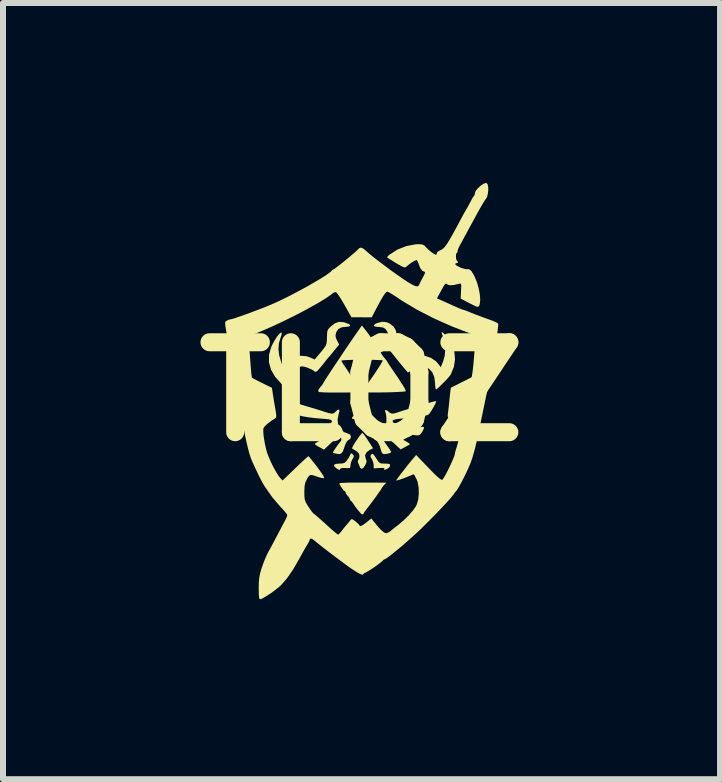
<source format=kicad_pcb>
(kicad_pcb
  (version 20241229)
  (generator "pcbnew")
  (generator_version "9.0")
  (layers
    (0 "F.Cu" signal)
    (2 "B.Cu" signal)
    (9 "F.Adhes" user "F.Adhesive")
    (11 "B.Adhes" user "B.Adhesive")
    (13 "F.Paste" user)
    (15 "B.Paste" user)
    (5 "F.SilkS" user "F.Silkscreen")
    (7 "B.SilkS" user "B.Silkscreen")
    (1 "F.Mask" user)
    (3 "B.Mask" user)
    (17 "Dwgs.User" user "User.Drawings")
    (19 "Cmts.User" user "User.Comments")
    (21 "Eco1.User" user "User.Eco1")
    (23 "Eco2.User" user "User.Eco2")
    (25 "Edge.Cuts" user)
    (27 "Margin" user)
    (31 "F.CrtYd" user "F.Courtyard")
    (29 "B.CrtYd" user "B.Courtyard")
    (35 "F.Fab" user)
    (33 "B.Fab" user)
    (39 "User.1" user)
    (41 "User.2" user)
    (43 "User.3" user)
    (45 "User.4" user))
  (footprint "TLOZ"
    (layer "F.Cu")
    (at 2.979 3.479)
    (property "Reference" "TLOZ" (at 0 0 0) (layer "F.SilkS") (effects (font (size 1.5 1.5) (thickness 0.3))))
    (attr board_only exclude_from_pos_files exclude_from_bom)
    (fp_poly (pts (xy 0.098 0.348) (xy 0.155 0.399) (xy 0.185 0.432) (xy 0.19 0.451) (xy 0.172 0.459) (xy 0.155 0.46) (xy 0.112 0.471) (xy 0.071 0.495) (xy 0.028 0.523) (xy -0.004 0.525) (xy -0.042 0.501) (xy -0.051 0.494) (xy -0.09 0.469) (xy -0.123 0.46) (xy -0.158 0.453) (xy -0.161 0.434) (xy -0.131 0.403) (xy -0.124 0.398) (xy -0.076 0.357) (xy -0.035 0.312) (xy -0.034 0.312) (xy 0.002 0.265)) (stroke (width 0) (type solid)) (fill yes) (layer "F.SilkS"))
    (fp_poly (pts (xy 0.197 1.047) (xy 0.222 1.079) (xy 0.244 1.113) (xy 0.276 1.162) (xy 0.301 1.189) (xy 0.332 1.2) (xy 0.379 1.202) (xy 0.388 1.202) (xy 0.442 1.204) (xy 0.469 1.212) (xy 0.477 1.229) (xy 0.477 1.234) (xy 0.463 1.265) (xy 0.432 1.287) (xy 0.39 1.305) (xy 0.375 1.305) (xy 0.381 1.289) (xy 0.376 1.277) (xy 0.34 1.274) (xy 0.298 1.275) (xy 0.203 1.281) (xy 0.203 1.227) (xy 0.192 1.172) (xy 0.17 1.123) (xy 0.15 1.087) (xy 0.151 1.064) (xy 0.163 1.049) (xy 0.18 1.039)) (stroke (width 0) (type solid)) (fill yes) (layer "F.SilkS"))
    (fp_poly (pts (xy -0.159 1.036) (xy -0.147 1.048) (xy -0.129 1.07) (xy -0.131 1.093) (xy -0.151 1.126) (xy -0.175 1.178) (xy -0.185 1.228) (xy -0.187 1.26) (xy -0.199 1.275) (xy -0.23 1.278) (xy -0.27 1.275) (xy -0.325 1.275) (xy -0.352 1.284) (xy -0.354 1.289) (xy -0.363 1.307) (xy -0.393 1.298) (xy -0.42 1.28) (xy -0.456 1.247) (xy -0.458 1.222) (xy -0.427 1.207) (xy -0.372 1.202) (xy -0.316 1.199) (xy -0.281 1.187) (xy -0.252 1.158) (xy -0.242 1.145) (xy -0.211 1.099) (xy -0.19 1.059) (xy -0.188 1.053) (xy -0.176 1.03)) (stroke (width 0) (type solid)) (fill yes) (layer "F.SilkS"))
    (fp_poly (pts (xy 0.029 0.704) (xy 0.057 0.741) (xy 0.094 0.794) (xy 0.109 0.818) (xy 0.192 0.946) (xy 0.132 0.976) (xy 0.079 1.018) (xy 0.058 1.068) (xy 0.071 1.124) (xy 0.072 1.124) (xy 0.084 1.158) (xy 0.078 1.191) (xy 0.061 1.228) (xy 0.029 1.274) (xy -0.001 1.289) (xy -0.023 1.273) (xy -0.028 1.259) (xy -0.045 1.217) (xy -0.056 1.195) (xy -0.064 1.159) (xy -0.054 1.143) (xy -0.04 1.113) (xy -0.035 1.074) (xy -0.044 1.034) (xy -0.076 1.001) (xy -0.097 0.987) (xy -0.136 0.964) (xy -0.157 0.948) (xy -0.159 0.946) (xy -0.15 0.922) (xy -0.126 0.879) (xy -0.093 0.827) (xy -0.056 0.774) (xy -0.022 0.728) (xy 0.004 0.697) (xy 0.014 0.69)) (stroke (width 0) (type solid)) (fill yes) (layer "F.SilkS"))
    (fp_poly (pts (xy 0.149 1.518) (xy 0.413 1.52) (xy 0.374 1.561) (xy 0.348 1.593) (xy 0.336 1.613) (xy 0.336 1.613) (xy 0.326 1.631) (xy 0.299 1.67) (xy 0.261 1.724) (xy 0.216 1.786) (xy 0.169 1.85) (xy 0.124 1.909) (xy 0.087 1.956) (xy 0.071 1.977) (xy 0.046 2.011) (xy 0.035 2.034) (xy 0.024 2.049) (xy -0.001 2.043) (xy -0.017 2.028) (xy -0.07 1.965) (xy -0.106 1.918) (xy -0.132 1.879) (xy -0.138 1.869) (xy -0.162 1.836) (xy -0.18 1.821) (xy -0.181 1.821) (xy -0.193 1.806) (xy -0.194 1.797) (xy -0.207 1.768) (xy -0.23 1.741) (xy -0.256 1.709) (xy -0.265 1.685) (xy -0.275 1.664) (xy -0.281 1.662) (xy -0.298 1.649) (xy -0.323 1.617) (xy -0.348 1.579) (xy -0.366 1.546) (xy -0.369 1.53) (xy -0.347 1.525) (xy -0.293 1.522) (xy -0.21 1.519) (xy -0.101 1.518) (xy 0.029 1.518)) (stroke (width 0) (type solid)) (fill yes) (layer "F.SilkS"))
    (fp_poly (pts (xy 0.42 -1.156) (xy 0.472 -1.132) (xy 0.537 -1.08) (xy 0.573 -1.017) (xy 0.586 -0.933) (xy 0.586 -0.91) (xy 0.592 -0.825) (xy 0.621 -0.753) (xy 0.676 -0.681) (xy 0.677 -0.68) (xy 0.71 -0.643) (xy 0.749 -0.597) (xy 0.757 -0.587) (xy 0.804 -0.53) (xy 0.875 -0.566) (xy 0.965 -0.595) (xy 1.062 -0.593) (xy 1.155 -0.563) (xy 1.238 -0.507) (xy 1.285 -0.455) (xy 1.321 -0.405) (xy 1.358 -0.497) (xy 1.386 -0.592) (xy 1.396 -0.699) (xy 1.391 -0.804) (xy 1.368 -0.895) (xy 1.362 -0.91) (xy 1.343 -0.955) (xy 1.336 -0.984) (xy 1.337 -0.989) (xy 1.354 -0.984) (xy 1.384 -0.956) (xy 1.422 -0.911) (xy 1.461 -0.856) (xy 1.497 -0.797) (xy 1.503 -0.785) (xy 1.547 -0.666) (xy 1.559 -0.539) (xy 1.54 -0.412) (xy 1.491 -0.292) (xy 1.48 -0.274) (xy 1.457 -0.244) (xy 1.418 -0.2) (xy 1.371 -0.152) (xy 1.323 -0.104) (xy 1.281 -0.064) (xy 1.251 -0.04) (xy 1.242 -0.035) (xy 1.234 -0.051) (xy 1.228 -0.092) (xy 1.227 -0.13) (xy 1.214 -0.237) (xy 1.179 -0.322) (xy 1.124 -0.381) (xy 1.054 -0.414) (xy 0.973 -0.417) (xy 0.884 -0.387) (xy 0.839 -0.361) (xy 0.774 -0.316) (xy 0.709 -0.391) (xy 0.671 -0.437) (xy 0.619 -0.5) (xy 0.561 -0.573) (xy 0.519 -0.625) (xy 0.394 -0.784) (xy 0.427 -0.859) (xy 0.446 -0.908) (xy 0.451 -0.941) (xy 0.44 -0.975) (xy 0.431 -0.996) (xy 0.4 -1.042) (xy 0.358 -1.068) (xy 0.295 -1.077) (xy 0.271 -1.078) (xy 0.221 -1.084) (xy 0.204 -1.101) (xy 0.221 -1.123) (xy 0.254 -1.14) (xy 0.342 -1.164)) (stroke (width 0) (type solid)) (fill yes) (layer "F.SilkS"))
    (fp_poly (pts (xy -0.305 -1.157) (xy -0.274 -1.149) (xy -0.218 -1.128) (xy -0.19 -1.108) (xy -0.192 -1.092) (xy -0.225 -1.082) (xy -0.245 -1.081) (xy -0.328 -1.072) (xy -0.385 -1.044) (xy -0.419 -0.996) (xy -0.423 -0.983) (xy -0.434 -0.937) (xy -0.429 -0.897) (xy -0.409 -0.852) (xy -0.373 -0.783) (xy -0.445 -0.697) (xy -0.489 -0.642) (xy -0.531 -0.592) (xy -0.554 -0.566) (xy -0.591 -0.522) (xy -0.619 -0.484) (xy -0.647 -0.449) (xy -0.686 -0.402) (xy -0.704 -0.381) (xy -0.739 -0.342) (xy -0.762 -0.328) (xy -0.781 -0.332) (xy -0.793 -0.343) (xy -0.829 -0.366) (xy -0.882 -0.39) (xy -0.908 -0.4) (xy -0.962 -0.416) (xy -1.001 -0.419) (xy -1.044 -0.408) (xy -1.071 -0.398) (xy -1.133 -0.363) (xy -1.173 -0.31) (xy -1.196 -0.235) (xy -1.202 -0.139) (xy -1.205 -0.084) (xy -1.211 -0.046) (xy -1.219 -0.035) (xy -1.239 -0.047) (xy -1.277 -0.077) (xy -1.326 -0.119) (xy -1.338 -0.131) (xy -1.441 -0.245) (xy -1.51 -0.364) (xy -1.544 -0.487) (xy -1.543 -0.613) (xy -1.507 -0.741) (xy -1.49 -0.778) (xy -1.453 -0.847) (xy -1.416 -0.906) (xy -1.382 -0.95) (xy -1.354 -0.977) (xy -1.336 -0.984) (xy -1.33 -0.969) (xy -1.34 -0.928) (xy -1.348 -0.907) (xy -1.378 -0.805) (xy -1.386 -0.705) (xy -1.372 -0.597) (xy -1.334 -0.472) (xy -1.326 -0.452) (xy -1.306 -0.4) (xy -1.274 -0.449) (xy -1.204 -0.525) (xy -1.116 -0.575) (xy -1.017 -0.597) (xy -0.915 -0.588) (xy -0.862 -0.57) (xy -0.782 -0.534) (xy -0.714 -0.615) (xy -0.657 -0.683) (xy -0.619 -0.732) (xy -0.596 -0.769) (xy -0.584 -0.804) (xy -0.579 -0.844) (xy -0.577 -0.897) (xy -0.577 -0.903) (xy -0.575 -0.97) (xy -0.568 -1.013) (xy -0.552 -1.044) (xy -0.524 -1.074) (xy -0.509 -1.088) (xy -0.442 -1.139) (xy -0.377 -1.161)) (stroke (width 0) (type solid)) (fill yes) (layer "F.SilkS"))
    (fp_poly (pts (xy -1.193 0.164) (xy -1.149 0.174) (xy -1.092 0.191) (xy -1.016 0.216) (xy -0.926 0.243) (xy -0.848 0.266) (xy -0.767 0.29) (xy -0.683 0.316) (xy -0.617 0.338) (xy -0.546 0.36) (xy -0.5 0.369) (xy -0.468 0.364) (xy -0.443 0.346) (xy -0.433 0.336) (xy -0.396 0.303) (xy -0.374 0.301) (xy -0.369 0.328) (xy -0.382 0.376) (xy -0.4 0.468) (xy -0.39 0.553) (xy -0.354 0.624) (xy -0.294 0.675) (xy -0.234 0.698) (xy -0.191 0.719) (xy -0.176 0.753) (xy -0.189 0.789) (xy -0.23 0.817) (xy -0.248 0.838) (xy -0.271 0.883) (xy -0.289 0.935) (xy -0.312 0.999) (xy -0.338 1.033) (xy -0.375 1.044) (xy -0.431 1.034) (xy -0.446 1.031) (xy -0.472 1.021) (xy -0.477 1.016) (xy -0.468 0.996) (xy -0.444 0.959) (xy -0.413 0.914) (xy -0.382 0.871) (xy -0.358 0.841) (xy -0.35 0.834) (xy -0.338 0.813) (xy -0.336 0.794) (xy -0.346 0.765) (xy -0.376 0.762) (xy -0.424 0.787) (xy -0.487 0.837) (xy -0.517 0.865) (xy -0.626 0.969) (xy -0.703 0.928) (xy -0.747 0.902) (xy -0.775 0.881) (xy -0.78 0.874) (xy -0.766 0.86) (xy -0.726 0.835) (xy -0.669 0.803) (xy -0.625 0.779) (xy -0.554 0.74) (xy -0.501 0.705) (xy -0.472 0.68) (xy -0.468 0.672) (xy -0.478 0.654) (xy -0.507 0.648) (xy -0.561 0.654) (xy -0.642 0.674) (xy -0.698 0.689) (xy -0.793 0.716) (xy -0.861 0.732) (xy -0.907 0.737) (xy -0.939 0.732) (xy -0.962 0.715) (xy -0.983 0.688) (xy -0.985 0.685) (xy -1.017 0.629) (xy -1.023 0.595) (xy -1.004 0.583) (xy -0.971 0.582) (xy -0.912 0.577) (xy -0.837 0.57) (xy -0.755 0.562) (xy -0.674 0.554) (xy -0.604 0.547) (xy -0.553 0.541) (xy -0.535 0.538) (xy -0.502 0.518) (xy -0.495 0.497) (xy -0.499 0.481) (xy -0.517 0.47) (xy -0.554 0.462) (xy -0.618 0.456) (xy -0.646 0.454) (xy -0.776 0.443) (xy -0.891 0.429) (xy -0.986 0.412) (xy -1.057 0.395) (xy -1.098 0.377) (xy -1.103 0.373) (xy -1.128 0.338) (xy -1.157 0.291) (xy -1.185 0.24) (xy -1.205 0.196) (xy -1.214 0.168) (xy -1.213 0.164)) (stroke (width 0) (type solid)) (fill yes) (layer "F.SilkS"))
    (fp_poly (pts (xy 0.06 -1.033) (xy 0.096 -0.987) (xy 0.125 -0.947) (xy 0.133 -0.935) (xy 0.15 -0.908) (xy 0.182 -0.859) (xy 0.222 -0.799) (xy 0.238 -0.775) (xy 0.28 -0.714) (xy 0.313 -0.661) (xy 0.335 -0.626) (xy 0.338 -0.619) (xy 0.359 -0.587) (xy 0.387 -0.553) (xy 0.413 -0.523) (xy 0.424 -0.505) (xy 0.424 -0.505) (xy 0.434 -0.488) (xy 0.459 -0.448) (xy 0.496 -0.394) (xy 0.517 -0.363) (xy 0.56 -0.3) (xy 0.597 -0.246) (xy 0.622 -0.208) (xy 0.628 -0.199) (xy 0.648 -0.166) (xy 0.679 -0.119) (xy 0.697 -0.092) (xy 0.723 -0.047) (xy 0.736 -0.014) (xy 0.735 -0.004) (xy 0.714 0.000201) (xy 0.663 0.004) (xy 0.589 0.008) (xy 0.495 0.012) (xy 0.39 0.014) (xy 0.379 0.014) (xy 0.259 0.016) (xy 0.17 0.016) (xy 0.108 0.015) (xy 0.068 0.012) (xy 0.046 0.006) (xy 0.036 -0.002) (xy 0.035 -0.007) (xy 0.045 -0.032) (xy 0.071 -0.079) (xy 0.109 -0.139) (xy 0.137 -0.181) (xy 0.206 -0.28) (xy 0.264 -0.367) (xy 0.31 -0.438) (xy 0.34 -0.49) (xy 0.353 -0.517) (xy 0.354 -0.519) (xy 0.337 -0.522) (xy 0.29 -0.525) (xy 0.219 -0.528) (xy 0.128 -0.53) (xy 0.023 -0.53) (xy 0.009 -0.53) (xy -0.097 -0.53) (xy -0.19 -0.527) (xy -0.264 -0.524) (xy -0.315 -0.52) (xy -0.336 -0.516) (xy -0.336 -0.515) (xy -0.326 -0.491) (xy -0.305 -0.457) (xy -0.276 -0.416) (xy -0.256 -0.386) (xy -0.24 -0.36) (xy -0.208 -0.313) (xy -0.165 -0.25) (xy -0.12 -0.184) (xy -0.075 -0.116) (xy -0.039 -0.058) (xy -0.016 -0.016) (xy -0.011 0.003) (xy -0.03 0.007) (xy -0.079 0.011) (xy -0.149 0.014) (xy -0.235 0.016) (xy -0.33 0.017) (xy -0.426 0.017) (xy -0.519 0.017) (xy -0.6 0.015) (xy -0.664 0.012) (xy -0.704 0.009) (xy -0.713 0.006) (xy -0.723 -0.012) (xy -0.715 -0.036) (xy -0.686 -0.075) (xy -0.681 -0.081) (xy -0.652 -0.117) (xy -0.637 -0.141) (xy -0.636 -0.144) (xy -0.627 -0.161) (xy -0.601 -0.203) (xy -0.56 -0.265) (xy -0.509 -0.344) (xy -0.449 -0.434) (xy -0.384 -0.531) (xy -0.317 -0.632) (xy -0.251 -0.73) (xy -0.188 -0.823) (xy -0.131 -0.906) (xy -0.084 -0.974) (xy -0.074 -0.988) (xy 0.006 -1.101)) (stroke (width 0) (type solid)) (fill yes) (layer "F.SilkS"))
    (fp_poly (pts (xy 1.245 0.166) (xy 1.238 0.188) (xy 1.216 0.231) (xy 1.201 0.258) (xy 1.168 0.315) (xy 1.138 0.36) (xy 1.119 0.383) (xy 1.087 0.396) (xy 1.026 0.41) (xy 0.944 0.424) (xy 0.848 0.436) (xy 0.744 0.446) (xy 0.682 0.45) (xy 0.594 0.458) (xy 0.539 0.471) (xy 0.516 0.489) (xy 0.525 0.513) (xy 0.531 0.519) (xy 0.561 0.532) (xy 0.624 0.545) (xy 0.716 0.557) (xy 0.795 0.564) (xy 0.883 0.573) (xy 0.958 0.581) (xy 1.012 0.588) (xy 1.04 0.593) (xy 1.042 0.594) (xy 1.04 0.614) (xy 1.023 0.651) (xy 1.013 0.669) (xy 0.984 0.711) (xy 0.955 0.729) (xy 0.916 0.731) (xy 0.864 0.724) (xy 0.798 0.71) (xy 0.769 0.702) (xy 0.696 0.68) (xy 0.616 0.657) (xy 0.588 0.648) (xy 0.535 0.633) (xy 0.507 0.629) (xy 0.497 0.637) (xy 0.495 0.659) (xy 0.495 0.659) (xy 0.502 0.681) (xy 0.525 0.705) (xy 0.569 0.736) (xy 0.64 0.776) (xy 0.655 0.784) (xy 0.721 0.82) (xy 0.772 0.85) (xy 0.802 0.871) (xy 0.807 0.878) (xy 0.788 0.891) (xy 0.748 0.913) (xy 0.725 0.926) (xy 0.651 0.965) (xy 0.542 0.863) (xy 0.465 0.799) (xy 0.406 0.765) (xy 0.363 0.762) (xy 0.349 0.771) (xy 0.353 0.789) (xy 0.375 0.828) (xy 0.409 0.879) (xy 0.417 0.889) (xy 0.454 0.942) (xy 0.482 0.985) (xy 0.495 1.008) (xy 0.495 1.009) (xy 0.479 1.023) (xy 0.441 1.035) (xy 0.393 1.042) (xy 0.377 1.043) (xy 0.347 1.033) (xy 0.329 0.998) (xy 0.326 0.985) (xy 0.308 0.922) (xy 0.283 0.866) (xy 0.258 0.827) (xy 0.237 0.813) (xy 0.213 0.798) (xy 0.197 0.759) (xy 0.194 0.733) (xy 0.21 0.713) (xy 0.249 0.699) (xy 0.255 0.697) (xy 0.308 0.677) (xy 0.358 0.641) (xy 0.363 0.635) (xy 0.395 0.594) (xy 0.41 0.547) (xy 0.415 0.491) (xy 0.414 0.429) (xy 0.407 0.377) (xy 0.401 0.358) (xy 0.391 0.319) (xy 0.403 0.306) (xy 0.433 0.32) (xy 0.448 0.333) (xy 0.477 0.357) (xy 0.505 0.368) (xy 0.541 0.366) (xy 0.596 0.35) (xy 0.635 0.337) (xy 0.691 0.319) (xy 0.768 0.295) (xy 0.858 0.267) (xy 0.953 0.239) (xy 1.044 0.212) (xy 1.125 0.188) (xy 1.186 0.171) (xy 1.217 0.163) (xy 1.238 0.16)) (stroke (width 0) (type solid)) (fill yes) (layer "F.SilkS"))
    (fp_poly (pts (xy 2.081 -3.478) (xy 2.101 -3.458) (xy 2.112 -3.414) (xy 2.113 -3.357) (xy 2.106 -3.297) (xy 2.092 -3.243) (xy 2.073 -3.212) (xy 2.052 -3.183) (xy 2.019 -3.129) (xy 1.977 -3.057) (xy 1.931 -2.975) (xy 1.914 -2.943) (xy 1.864 -2.851) (xy 1.814 -2.76) (xy 1.77 -2.679) (xy 1.737 -2.617) (xy 1.731 -2.607) (xy 1.694 -2.538) (xy 1.656 -2.468) (xy 1.632 -2.425) (xy 1.61 -2.377) (xy 1.6 -2.342) (xy 1.6 -2.332) (xy 1.598 -2.317) (xy 1.592 -2.316) (xy 1.579 -2.301) (xy 1.574 -2.265) (xy 1.575 -2.224) (xy 1.584 -2.192) (xy 1.591 -2.183) (xy 1.607 -2.163) (xy 1.603 -2.145) (xy 1.589 -2.143) (xy 1.565 -2.134) (xy 1.561 -2.128) (xy 1.572 -2.11) (xy 1.606 -2.088) (xy 1.653 -2.066) (xy 1.704 -2.049) (xy 1.747 -2.04) (xy 1.764 -2.041) (xy 1.797 -2.038) (xy 1.829 -2.012) (xy 1.864 -1.958) (xy 1.889 -1.909) (xy 1.927 -1.814) (xy 1.955 -1.713) (xy 1.973 -1.613) (xy 1.979 -1.525) (xy 1.971 -1.456) (xy 1.962 -1.431) (xy 1.951 -1.417) (xy 1.936 -1.412) (xy 1.91 -1.419) (xy 1.865 -1.44) (xy 1.798 -1.474) (xy 1.653 -1.55) (xy 1.659 -1.679) (xy 1.662 -1.745) (xy 1.661 -1.783) (xy 1.654 -1.799) (xy 1.639 -1.8) (xy 1.624 -1.796) (xy 1.533 -1.775) (xy 1.466 -1.772) (xy 1.427 -1.787) (xy 1.423 -1.791) (xy 1.411 -1.801) (xy 1.396 -1.794) (xy 1.374 -1.766) (xy 1.343 -1.711) (xy 1.329 -1.686) (xy 1.257 -1.553) (xy 1.34 -1.517) (xy 1.398 -1.491) (xy 1.473 -1.457) (xy 1.548 -1.423) (xy 1.554 -1.421) (xy 1.616 -1.393) (xy 1.667 -1.372) (xy 1.698 -1.362) (xy 1.701 -1.361) (xy 1.728 -1.354) (xy 1.769 -1.338) (xy 1.774 -1.336) (xy 1.823 -1.315) (xy 1.902 -1.284) (xy 2.012 -1.243) (xy 2.153 -1.192) (xy 2.196 -1.176) (xy 2.244 -1.155) (xy 2.275 -1.135) (xy 2.28 -1.125) (xy 2.277 -1.087) (xy 2.27 -1.021) (xy 2.259 -0.938) (xy 2.247 -0.845) (xy 2.233 -0.751) (xy 2.219 -0.664) (xy 2.207 -0.594) (xy 2.202 -0.565) (xy 2.185 -0.479) (xy 2.169 -0.387) (xy 2.157 -0.318) (xy 2.145 -0.251) (xy 2.129 -0.163) (xy 2.109 -0.068) (xy 2.096 -0.009) (xy 2.08 0.065) (xy 2.066 0.13) (xy 2.053 0.193) (xy 2.039 0.26) (xy 2.023 0.339) (xy 2.003 0.435) (xy 1.978 0.557) (xy 1.968 0.61) (xy 1.926 0.807) (xy 1.886 0.972) (xy 1.848 1.105) (xy 1.817 1.193) (xy 1.783 1.272) (xy 1.744 1.358) (xy 1.701 1.445) (xy 1.659 1.525) (xy 1.622 1.593) (xy 1.592 1.641) (xy 1.575 1.662) (xy 1.558 1.682) (xy 1.535 1.715) (xy 1.508 1.75) (xy 1.46 1.805) (xy 1.395 1.877) (xy 1.316 1.961) (xy 1.228 2.053) (xy 1.134 2.148) (xy 1.039 2.243) (xy 0.99 2.291) (xy 0.921 2.356) (xy 0.843 2.427) (xy 0.759 2.501) (xy 0.674 2.575) (xy 0.592 2.643) (xy 0.519 2.703) (xy 0.458 2.75) (xy 0.414 2.782) (xy 0.392 2.793) (xy 0.37 2.805) (xy 0.348 2.825) (xy 0.318 2.851) (xy 0.271 2.887) (xy 0.214 2.928) (xy 0.156 2.967) (xy 0.105 2.999) (xy 0.068 3.019) (xy 0.057 3.023) (xy 0.035 3.037) (xy 0.031 3.045) (xy 0.017 3.055) (xy -0.015 3.046) (xy -0.068 3.019) (xy -0.144 2.97) (xy -0.168 2.954) (xy -0.222 2.916) (xy -0.295 2.863) (xy -0.379 2.801) (xy -0.469 2.733) (xy -0.559 2.665) (xy -0.641 2.601) (xy -0.711 2.546) (xy -0.761 2.506) (xy -0.775 2.493) (xy -0.822 2.459) (xy -0.853 2.451) (xy -0.866 2.471) (xy -0.866 2.476) (xy -0.875 2.5) (xy -0.897 2.541) (xy -0.909 2.559) (xy -0.935 2.603) (xy -0.972 2.668) (xy -1.014 2.744) (xy -1.04 2.792) (xy -1.142 2.968) (xy -1.245 3.117) (xy -1.34 3.226) (xy -1.385 3.266) (xy -1.444 3.313) (xy -1.509 3.36) (xy -1.575 3.404) (xy -1.633 3.439) (xy -1.675 3.461) (xy -1.689 3.464) (xy -1.701 3.458) (xy -1.708 3.434) (xy -1.713 3.388) (xy -1.714 3.314) (xy -1.715 3.278) (xy -1.713 3.182) (xy -1.706 3.107) (xy -1.693 3.037) (xy -1.671 2.959) (xy -1.663 2.935) (xy -1.633 2.851) (xy -1.599 2.768) (xy -1.567 2.699) (xy -1.559 2.683) (xy -1.522 2.616) (xy -1.47 2.519) (xy -1.404 2.394) (xy -1.324 2.242) (xy -1.269 2.139) (xy -1.249 2.096) (xy -1.238 2.064) (xy -1.238 2.06) (xy -1.249 2.04) (xy -1.28 2.001) (xy -1.325 1.951) (xy -1.348 1.927) (xy -1.487 1.765) (xy -1.621 1.574) (xy -1.63 1.559) (xy -1.654 1.517) (xy -1.689 1.45) (xy -1.73 1.367) (xy -1.774 1.274) (xy -1.817 1.18) (xy -1.822 1.17) (xy -1.846 1.11) (xy -1.871 1.034) (xy -1.896 0.939) (xy -1.923 0.823) (xy -1.953 0.683) (xy -1.985 0.516) (xy -2.021 0.319) (xy -2.049 0.159) (xy -2.064 0.076) (xy -2.078 -0.006) (xy -2.093 -0.09) (xy -2.11 -0.184) (xy -2.129 -0.292) (xy -2.152 -0.42) (xy -2.18 -0.574) (xy -2.199 -0.681) (xy -2.224 -0.821) (xy -2.236 -0.889) (xy -1.889 -0.889) (xy -1.884 -0.848) (xy -1.879 -0.805) (xy -1.873 -0.736) (xy -1.865 -0.647) (xy -1.858 -0.549) (xy -1.855 -0.509) (xy -1.848 -0.415) (xy -1.841 -0.334) (xy -1.835 -0.273) (xy -1.829 -0.237) (xy -1.827 -0.231) (xy -1.808 -0.219) (xy -1.765 -0.196) (xy -1.704 -0.165) (xy -1.656 -0.141) (xy -1.494 -0.062) (xy -1.48 0.035) (xy -1.47 0.101) (xy -1.456 0.185) (xy -1.441 0.27) (xy -1.439 0.281) (xy -1.427 0.356) (xy -1.422 0.404) (xy -1.425 0.431) (xy -1.435 0.444) (xy -1.506 0.489) (xy -1.567 0.536) (xy -1.613 0.579) (xy -1.635 0.61) (xy -1.636 0.612) (xy -1.639 0.656) (xy -1.635 0.724) (xy -1.623 0.807) (xy -1.607 0.896) (xy -1.586 0.982) (xy -1.575 1.021) (xy -1.546 1.096) (xy -1.508 1.183) (xy -1.464 1.271) (xy -1.419 1.351) (xy -1.379 1.414) (xy -1.354 1.444) (xy -1.317 1.483) (xy -1.107 1.281) (xy -1.036 1.213) (xy -0.974 1.155) (xy -0.926 1.111) (xy -0.895 1.084) (xy -0.886 1.079) (xy -0.872 1.092) (xy -0.841 1.129) (xy -0.798 1.183) (xy -0.746 1.249) (xy -0.738 1.26) (xy -0.68 1.34) (xy -0.641 1.399) (xy -0.624 1.435) (xy -0.626 1.446) (xy -0.654 1.443) (xy -0.704 1.431) (xy -0.753 1.415) (xy -0.812 1.395) (xy -0.85 1.391) (xy -0.876 1.405) (xy -0.901 1.443) (xy -0.917 1.472) (xy -0.939 1.52) (xy -0.95 1.577) (xy -0.954 1.654) (xy -0.954 1.677) (xy -0.953 1.749) (xy -0.947 1.8) (xy -0.932 1.844) (xy -0.904 1.893) (xy -0.885 1.922) (xy -0.849 1.975) (xy -0.819 2.016) (xy -0.8 2.035) (xy -0.799 2.035) (xy -0.78 2.049) (xy -0.741 2.082) (xy -0.688 2.129) (xy -0.634 2.177) (xy -0.544 2.259) (xy -0.476 2.319) (xy -0.429 2.359) (xy -0.4 2.38) (xy -0.388 2.386) (xy -0.372 2.373) (xy -0.345 2.341) (xy -0.335 2.329) (xy -0.296 2.278) (xy -0.255 2.229) (xy -0.252 2.226) (xy -0.216 2.184) (xy -0.188 2.148) (xy -0.188 2.148) (xy -0.171 2.13) (xy -0.154 2.129) (xy -0.124 2.148) (xy -0.1 2.167) (xy -0.062 2.2) (xy -0.038 2.225) (xy -0.035 2.232) (xy -0.024 2.245) (xy 0.01 2.233) (xy 0.062 2.198) (xy 0.084 2.18) (xy 0.163 2.116) (xy 0.203 2.167) (xy 0.275 2.254) (xy 0.331 2.314) (xy 0.374 2.349) (xy 0.407 2.362) (xy 0.421 2.361) (xy 0.462 2.342) (xy 0.482 2.328) (xy 0.506 2.307) (xy 0.55 2.272) (xy 0.603 2.231) (xy 0.603 2.231) (xy 0.697 2.153) (xy 0.783 2.069) (xy 0.855 1.986) (xy 0.907 1.912) (xy 0.919 1.887) (xy 0.944 1.804) (xy 0.955 1.703) (xy 0.952 1.6) (xy 0.935 1.508) (xy 0.917 1.462) (xy 0.894 1.417) (xy 0.878 1.387) (xy 0.874 1.382) (xy 0.857 1.384) (xy 0.82 1.399) (xy 0.81 1.403) (xy 0.76 1.424) (xy 0.701 1.447) (xy 0.643 1.467) (xy 0.597 1.481) (xy 0.578 1.485) (xy 0.584 1.472) (xy 0.608 1.437) (xy 0.646 1.385) (xy 0.695 1.323) (xy 0.749 1.253) (xy 0.805 1.184) (xy 0.859 1.118) (xy 0.875 1.1) (xy 0.91 1.058) (xy 1.118 1.274) (xy 1.199 1.357) (xy 1.26 1.416) (xy 1.304 1.453) (xy 1.332 1.471) (xy 1.347 1.471) (xy 1.348 1.471) (xy 1.368 1.444) (xy 1.398 1.393) (xy 1.434 1.325) (xy 1.471 1.25) (xy 1.505 1.175) (xy 1.534 1.109) (xy 1.552 1.06) (xy 1.556 1.039) (xy 1.561 1.011) (xy 1.575 0.961) (xy 1.589 0.919) (xy 1.61 0.843) (xy 1.628 0.757) (xy 1.634 0.712) (xy 1.647 0.603) (xy 1.538 0.519) (xy 1.484 0.476) (xy 1.452 0.445) (xy 1.438 0.42) (xy 1.437 0.392) (xy 1.439 0.372) (xy 1.445 0.328) (xy 1.453 0.259) (xy 1.462 0.177) (xy 1.467 0.125) (xy 1.475 0.049) (xy 1.482 -0.013) (xy 1.487 -0.052) (xy 1.489 -0.063) (xy 1.506 -0.072) (xy 1.547 -0.093) (xy 1.607 -0.123) (xy 1.662 -0.15) (xy 1.731 -0.185) (xy 1.787 -0.213) (xy 1.824 -0.232) (xy 1.834 -0.238) (xy 1.84 -0.259) (xy 1.848 -0.308) (xy 1.857 -0.378) (xy 1.866 -0.461) (xy 1.874 -0.551) (xy 1.881 -0.639) (xy 1.886 -0.719) (xy 1.888 -0.783) (xy 1.888 -0.813) (xy 1.882 -0.941) (xy 1.821 -0.964) (xy 1.495 -1.091) (xy 1.2 -1.223) (xy 0.93 -1.362) (xy 0.68 -1.511) (xy 0.571 -1.584) (xy 0.513 -1.621) (xy 0.465 -1.65) (xy 0.434 -1.665) (xy 0.432 -1.665) (xy 0.415 -1.66) (xy 0.392 -1.636) (xy 0.361 -1.591) (xy 0.32 -1.521) (xy 0.268 -1.425) (xy 0.227 -1.348) (xy 0.17 -1.237) (xy 0.001 -1.238) (xy -0.168 -1.238) (xy -0.285 -1.445) (xy -0.33 -1.522) (xy -0.371 -1.587) (xy -0.404 -1.634) (xy -0.426 -1.657) (xy -0.428 -1.658) (xy -0.462 -1.651) (xy -0.48 -1.639) (xy -0.51 -1.615) (xy -0.559 -1.58) (xy -0.619 -1.541) (xy -0.677 -1.505) (xy -0.698 -1.492) (xy -0.735 -1.471) (xy -0.786 -1.442) (xy -0.804 -1.432) (xy -0.958 -1.347) (xy -1.128 -1.259) (xy -1.305 -1.172) (xy -1.48 -1.09) (xy -1.646 -1.017) (xy -1.795 -0.956) (xy -1.863 -0.93) (xy -1.883 -0.917) (xy -1.889 -0.889) (xy -2.236 -0.889) (xy -2.244 -0.931) (xy -2.258 -1.015) (xy -2.268 -1.075) (xy -2.273 -1.116) (xy -2.275 -1.143) (xy -2.273 -1.159) (xy -2.267 -1.168) (xy -2.259 -1.174) (xy -2.252 -1.179) (xy -2.214 -1.198) (xy -2.193 -1.202) (xy -2.164 -1.208) (xy -2.109 -1.225) (xy -2.033 -1.251) (xy -1.942 -1.283) (xy -1.843 -1.319) (xy -1.74 -1.358) (xy -1.641 -1.396) (xy -1.551 -1.432) (xy -1.476 -1.464) (xy -1.473 -1.465) (xy -1.369 -1.512) (xy -1.255 -1.568) (xy -1.135 -1.629) (xy -1.014 -1.694) (xy -0.896 -1.758) (xy -0.786 -1.822) (xy -0.687 -1.88) (xy -0.605 -1.932) (xy -0.543 -1.975) (xy -0.506 -2.006) (xy -0.498 -2.017) (xy -0.478 -2.033) (xy -0.476 -2.033) (xy -0.457 -2.043) (xy -0.417 -2.072) (xy -0.362 -2.114) (xy -0.298 -2.165) (xy -0.232 -2.219) (xy -0.169 -2.272) (xy -0.115 -2.318) (xy -0.076 -2.354) (xy -0.064 -2.366) (xy -0.034 -2.394) (xy -0.005 -2.4) (xy 0.029 -2.384) (xy 0.077 -2.344) (xy 0.091 -2.331) (xy 0.14 -2.289) (xy 0.211 -2.231) (xy 0.3 -2.163) (xy 0.398 -2.089) (xy 0.499 -2.014) (xy 0.598 -1.944) (xy 0.687 -1.882) (xy 0.76 -1.833) (xy 0.772 -1.825) (xy 0.848 -1.781) (xy 0.901 -1.757) (xy 0.935 -1.753) (xy 0.955 -1.769) (xy 0.961 -1.781) (xy 0.975 -1.813) (xy 1 -1.862) (xy 1.023 -1.905) (xy 1.052 -1.961) (xy 1.06 -1.991) (xy 1.052 -1.997) (xy 1.012 -2.014) (xy 0.978 -2.06) (xy 0.954 -2.122) (xy 0.939 -2.165) (xy 0.922 -2.19) (xy 0.918 -2.192) (xy 0.887 -2.181) (xy 0.841 -2.155) (xy 0.791 -2.119) (xy 0.764 -2.096) (xy 0.737 -2.075) (xy 0.715 -2.07) (xy 0.683 -2.082) (xy 0.658 -2.095) (xy 0.599 -2.128) (xy 0.543 -2.161) (xy 0.537 -2.165) (xy 0.49 -2.195) (xy 0.451 -2.219) (xy 0.449 -2.221) (xy 0.429 -2.235) (xy 0.432 -2.251) (xy 0.459 -2.276) (xy 0.467 -2.283) (xy 0.6 -2.368) (xy 0.748 -2.426) (xy 0.903 -2.455) (xy 0.955 -2.457) (xy 1.01 -2.453) (xy 1.047 -2.436) (xy 1.078 -2.403) (xy 1.116 -2.365) (xy 1.162 -2.326) (xy 1.207 -2.295) (xy 1.24 -2.281) (xy 1.244 -2.28) (xy 1.254 -2.295) (xy 1.255 -2.308) (xy 1.27 -2.332) (xy 1.306 -2.353) (xy 1.307 -2.353) (xy 1.335 -2.366) (xy 1.362 -2.385) (xy 1.391 -2.416) (xy 1.424 -2.461) (xy 1.463 -2.523) (xy 1.511 -2.607) (xy 1.571 -2.716) (xy 1.636 -2.837) (xy 1.675 -2.91) (xy 1.71 -2.975) (xy 1.738 -3.023) (xy 1.748 -3.04) (xy 1.773 -3.082) (xy 1.803 -3.139) (xy 1.821 -3.173) (xy 1.847 -3.222) (xy 1.869 -3.257) (xy 1.878 -3.267) (xy 1.888 -3.287) (xy 1.891 -3.314) (xy 1.905 -3.348) (xy 1.94 -3.39) (xy 1.986 -3.432) (xy 2.033 -3.464) (xy 2.072 -3.479)) (stroke (width 0) (type solid)) (fill yes) (layer "F.SilkS")))
  (gr_rect
    (start -3 -3)
    (end 8.957 9.943)
    (stroke (width 0.1) (type default))
    (fill no)
    (layer "Edge.Cuts")))
</source>
